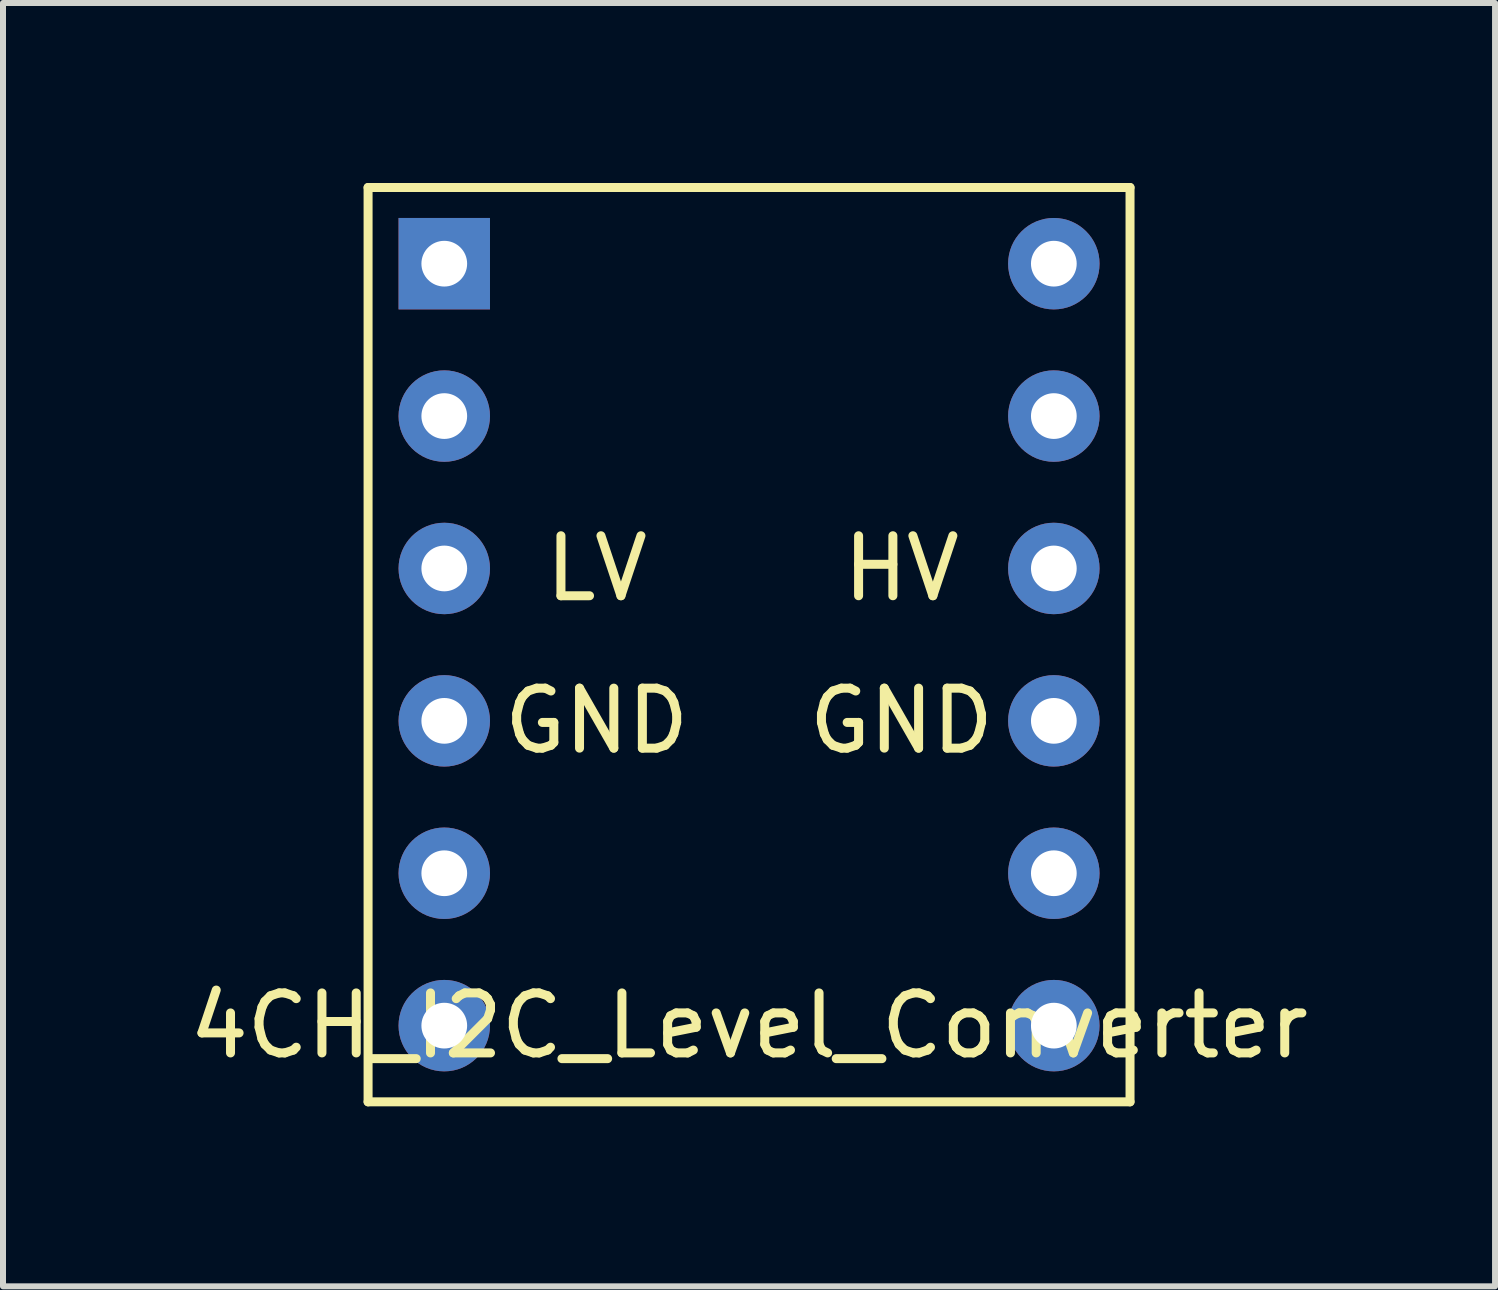
<source format=kicad_pcb>
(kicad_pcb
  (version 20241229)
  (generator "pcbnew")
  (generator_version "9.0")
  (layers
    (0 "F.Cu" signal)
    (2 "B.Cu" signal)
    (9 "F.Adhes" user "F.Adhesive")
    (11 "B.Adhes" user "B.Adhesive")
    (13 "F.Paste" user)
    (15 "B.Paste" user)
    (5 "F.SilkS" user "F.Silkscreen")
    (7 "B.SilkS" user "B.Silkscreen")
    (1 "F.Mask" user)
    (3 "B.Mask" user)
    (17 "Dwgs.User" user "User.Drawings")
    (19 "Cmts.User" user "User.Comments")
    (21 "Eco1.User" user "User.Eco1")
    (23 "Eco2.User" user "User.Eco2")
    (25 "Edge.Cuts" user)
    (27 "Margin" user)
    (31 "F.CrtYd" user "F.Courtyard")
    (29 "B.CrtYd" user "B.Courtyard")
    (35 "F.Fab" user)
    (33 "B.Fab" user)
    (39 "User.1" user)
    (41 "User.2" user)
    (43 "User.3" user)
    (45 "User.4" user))
  (footprint "4CH_I2C_Level_Converter"
    (layer "F.Cu")
    (at 9.435 6.425)
    (property "Reference" "4CH_I2C_Level_Converter" (at 0 7.62 0) (layer "F.SilkS") (effects (font (size 1 1) (thickness 0.15))))
    (attr through_hole)
    (fp_line (start -6.35 -6.35) (end 6.35 -6.35) (stroke (width 0.15) (type solid)) (layer "F.SilkS"))
    (fp_line (start -6.35 8.89) (end -6.35 -6.35) (stroke (width 0.15) (type solid)) (layer "F.SilkS"))
    (fp_line (start 6.35 -6.35) (end 6.35 8.89) (stroke (width 0.15) (type solid)) (layer "F.SilkS"))
    (fp_line (start 6.35 8.89) (end -6.35 8.89) (stroke (width 0.15) (type solid)) (layer "F.SilkS"))
    (fp_text user "GND" (at 2.54 2.54 0) (layer "F.SilkS") (effects (font (size 1 1) (thickness 0.15))))
    (fp_text user "GND" (at -2.54 2.54 0) (layer "F.SilkS") (effects (font (size 1 1) (thickness 0.15))))
    (fp_text user "LV" (at -2.54 0 180) (layer "F.SilkS") (effects (font (size 1 1) (thickness 0.15))))
    (fp_text user "HV" (at 2.54 0 0) (layer "F.SilkS") (effects (font (size 1 1) (thickness 0.15))))
    (pad "1" thru_hole rect (at -5.08 -5.08) (size 1.524 1.524) (drill 0.762) (layers "*.Cu" "*.Mask"))
    (pad "2" thru_hole circle (at -5.08 -2.54) (size 1.524 1.524) (drill 0.762) (layers "*.Cu" "*.Mask"))
    (pad "3" thru_hole circle (at -5.08 0) (size 1.524 1.524) (drill 0.762) (layers "*.Cu" "*.Mask"))
    (pad "4" thru_hole circle (at -5.08 2.54) (size 1.524 1.524) (drill 0.762) (layers "*.Cu" "*.Mask"))
    (pad "5" thru_hole circle (at -5.08 5.08) (size 1.524 1.524) (drill 0.762) (layers "*.Cu" "*.Mask"))
    (pad "6" thru_hole circle (at -5.08 7.62) (size 1.524 1.524) (drill 0.762) (layers "*.Cu" "*.Mask"))
    (pad "7" thru_hole circle (at 5.08 7.62) (size 1.524 1.524) (drill 0.762) (layers "*.Cu" "*.Mask"))
    (pad "8" thru_hole circle (at 5.08 5.08) (size 1.524 1.524) (drill 0.762) (layers "*.Cu" "*.Mask"))
    (pad "9" thru_hole circle (at 5.08 2.54) (size 1.524 1.524) (drill 0.762) (layers "*.Cu" "*.Mask"))
    (pad "10" thru_hole circle (at 5.08 0) (size 1.524 1.524) (drill 0.762) (layers "*.Cu" "*.Mask"))
    (pad "11" thru_hole circle (at 5.08 -2.54) (size 1.524 1.524) (drill 0.762) (layers "*.Cu" "*.Mask"))
    (pad "12" thru_hole circle (at 5.08 -5.08) (size 1.524 1.524) (drill 0.762) (layers "*.Cu" "*.Mask")))
  (gr_rect
    (start -3 -3)
    (end 21.869 18.39)
    (stroke (width 0.1) (type default))
    (fill no)
    (layer "Edge.Cuts")))
</source>
